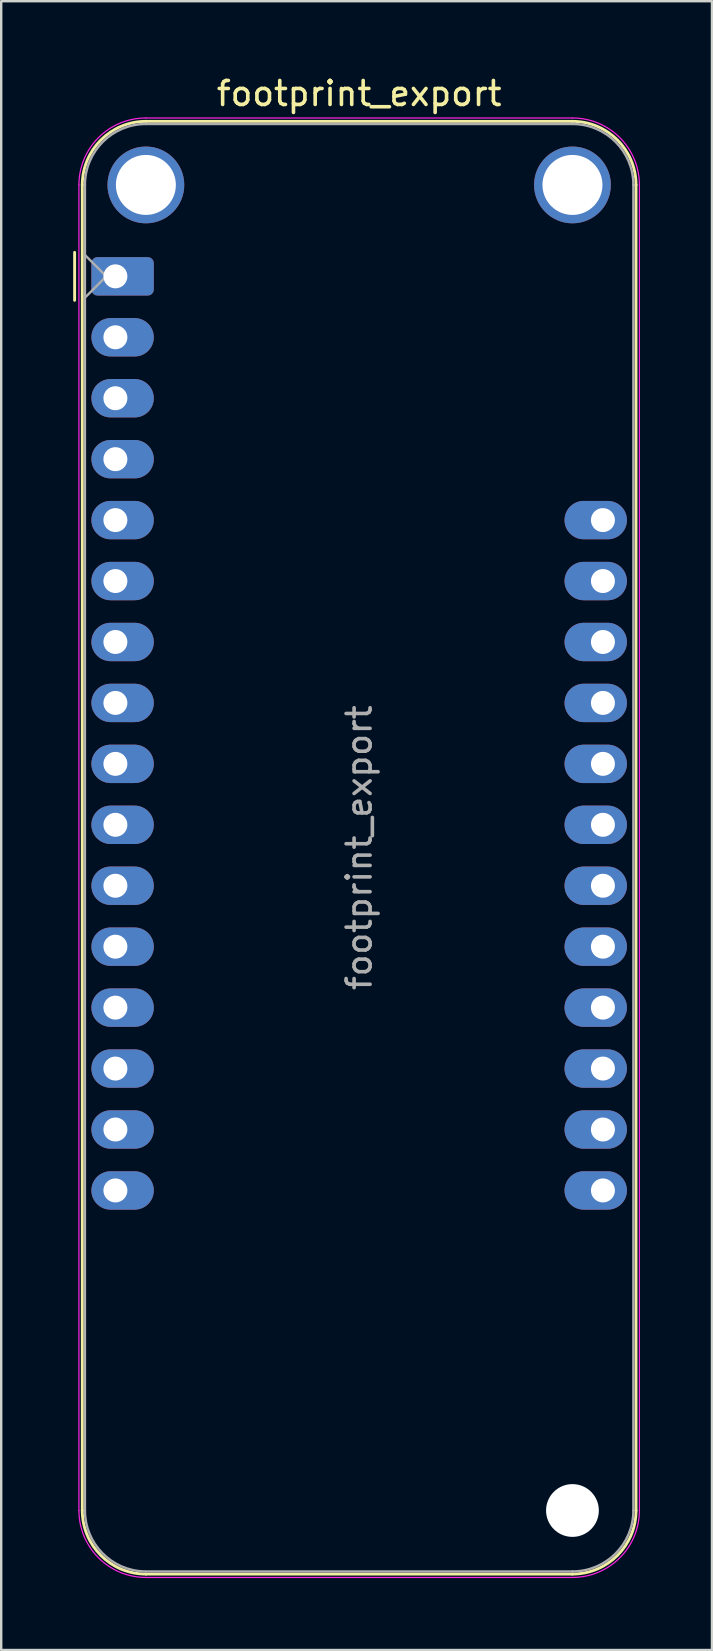
<source format=kicad_pcb>
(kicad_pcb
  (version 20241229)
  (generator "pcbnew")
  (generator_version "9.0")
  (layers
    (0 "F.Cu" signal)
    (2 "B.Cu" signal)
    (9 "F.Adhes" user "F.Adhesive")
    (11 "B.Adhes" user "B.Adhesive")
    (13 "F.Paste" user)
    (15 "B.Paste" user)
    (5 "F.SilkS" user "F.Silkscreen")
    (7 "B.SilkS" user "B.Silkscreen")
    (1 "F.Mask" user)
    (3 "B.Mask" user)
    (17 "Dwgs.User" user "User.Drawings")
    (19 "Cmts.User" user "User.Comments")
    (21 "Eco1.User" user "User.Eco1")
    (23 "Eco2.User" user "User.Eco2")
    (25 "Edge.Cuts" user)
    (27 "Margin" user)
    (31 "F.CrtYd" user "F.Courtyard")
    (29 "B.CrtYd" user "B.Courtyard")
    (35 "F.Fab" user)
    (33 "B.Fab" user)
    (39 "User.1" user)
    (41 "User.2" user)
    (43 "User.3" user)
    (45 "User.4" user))
  (footprint "footprint_export"
    (layer "F.Cu")
    (at 1.76 8.468)
    (property "Reference" "footprint_export" (at 10.16 -7.62 0) (layer "F.SilkS") (effects (font (size 1 1) (thickness 0.15))))
    (attr through_hole)
    (fp_line (start -1.7 1) (end -1.7 -1) (stroke (width 0.12) (type solid)) (layer "F.SilkS"))
    (fp_line (start -1.38 -3.81) (end -1.38 51.44) (stroke (width 0.12) (type solid)) (layer "F.SilkS"))
    (fp_line (start 19.05 -6.46) (end 1.27 -6.46) (stroke (width 0.12) (type solid)) (layer "F.SilkS"))
    (fp_line (start 19.05 54.09) (end 1.27 54.09) (stroke (width 0.12) (type solid)) (layer "F.SilkS"))
    (fp_line (start 21.7 -3.81) (end 21.7 51.44) (stroke (width 0.12) (type solid)) (layer "F.SilkS"))
    (fp_arc (start -1.38 -3.81) (mid -0.603833 -5.683833) (end 1.27 -6.46) (stroke (width 0.12) (type solid)) (layer "F.SilkS"))
    (fp_arc (start 1.27 54.09) (mid -0.603833 53.313833) (end -1.38 51.44) (stroke (width 0.12) (type solid)) (layer "F.SilkS"))
    (fp_arc (start 19.05 -6.46) (mid 20.923833 -5.683833) (end 21.7 -3.81) (stroke (width 0.12) (type solid)) (layer "F.SilkS"))
    (fp_arc (start 21.7 51.44) (mid 20.923833 53.313833) (end 19.05 54.09) (stroke (width 0.12) (type solid)) (layer "F.SilkS"))
    (fp_line (start -1.52 51.44) (end -1.52 -3.81) (stroke (width 0.05) (type solid)) (layer "F.CrtYd"))
    (fp_line (start 19.05 -6.6) (end 1.27 -6.6) (stroke (width 0.05) (type solid)) (layer "F.CrtYd"))
    (fp_line (start 19.05 54.23) (end 1.27 54.23) (stroke (width 0.05) (type solid)) (layer "F.CrtYd"))
    (fp_line (start 21.84 51.44) (end 21.84 -3.81) (stroke (width 0.05) (type solid)) (layer "F.CrtYd"))
    (fp_arc (start -1.52 -3.81) (mid -0.702828 -5.782828) (end 1.27 -6.6) (stroke (width 0.05) (type solid)) (layer "F.CrtYd"))
    (fp_arc (start 1.27 54.23) (mid -0.702828 53.412828) (end -1.52 51.44) (stroke (width 0.05) (type solid)) (layer "F.CrtYd"))
    (fp_arc (start 19.05 -6.6) (mid 21.022828 -5.782828) (end 21.84 -3.81) (stroke (width 0.05) (type solid)) (layer "F.CrtYd"))
    (fp_arc (start 21.84 51.44) (mid 21.022828 53.412828) (end 19.05 54.23) (stroke (width 0.05) (type solid)) (layer "F.CrtYd"))
    (fp_line (start -1.27 -3.81) (end -1.27 51.44) (stroke (width 0.1) (type solid)) (layer "F.Fab"))
    (fp_line (start -1.27 -0.889) (end -0.381 0) (stroke (width 0.1) (type solid)) (layer "F.Fab"))
    (fp_line (start -0.381 0) (end -1.27 0.889) (stroke (width 0.1) (type solid)) (layer "F.Fab"))
    (fp_line (start 1.27 53.98) (end 19.05 53.98) (stroke (width 0.1) (type solid)) (layer "F.Fab"))
    (fp_line (start 19.05 -6.35) (end 1.27 -6.35) (stroke (width 0.1) (type solid)) (layer "F.Fab"))
    (fp_line (start 21.59 51.44) (end 21.59 -3.81) (stroke (width 0.1) (type solid)) (layer "F.Fab"))
    (fp_arc (start -1.27 -3.81) (mid -0.526051 -5.606051) (end 1.27 -6.35) (stroke (width 0.1) (type solid)) (layer "F.Fab"))
    (fp_arc (start 1.221238 53.979532) (mid -0.543209 53.218728) (end -1.27 51.44) (stroke (width 0.1) (type solid)) (layer "F.Fab"))
    (fp_arc (start 19.05 -6.35) (mid 20.846051 -5.606051) (end 21.59 -3.81) (stroke (width 0.1) (type solid)) (layer "F.Fab"))
    (fp_arc (start 21.59 51.44) (mid 20.846051 53.236051) (end 19.05 53.98) (stroke (width 0.1) (type solid)) (layer "F.Fab"))
    (fp_text user "${REFERENCE}" (at 10.16 23.815 270) (layer "F.Fab") (effects (font (size 1 1) (thickness 0.15))))
    (pad "" np_thru_hole circle (at 1.27 -3.81 270) (size 3.2 3.2) (drill 2.5) (layers "*.Cu" "*.Mask"))
    (pad "" np_thru_hole circle (at 19.05 -3.81 270) (size 3.2 3.2) (drill 2.5) (layers "*.Cu" "*.Mask"))
    (pad "" np_thru_hole circle (at 19.05 51.44 270) (size 2.2 2.2) (drill 2.2) (layers "*.Cu" "*.Mask"))
    (pad "1" thru_hole roundrect (at 0 0) (size 2.6 1.6) (drill 1 (offset 0.3 0)) (layers "*.Cu" "*.Mask") (roundrect_rratio 0.156))
    (pad "2" thru_hole oval (at 0 2.54) (size 2.6 1.6) (drill 1 (offset 0.3 0)) (layers "*.Cu" "*.Mask"))
    (pad "3" thru_hole oval (at 0 5.08) (size 2.6 1.6) (drill 1 (offset 0.3 0)) (layers "*.Cu" "*.Mask"))
    (pad "4" thru_hole oval (at 0 7.62) (size 2.6 1.6) (drill 1 (offset 0.3 0)) (layers "*.Cu" "*.Mask"))
    (pad "5" thru_hole oval (at 0 10.16) (size 2.6 1.6) (drill 1 (offset 0.3 0)) (layers "*.Cu" "*.Mask"))
    (pad "6" thru_hole oval (at 0 12.7) (size 2.6 1.6) (drill 1 (offset 0.3 0)) (layers "*.Cu" "*.Mask"))
    (pad "7" thru_hole oval (at 0 15.24) (size 2.6 1.6) (drill 1 (offset 0.3 0)) (layers "*.Cu" "*.Mask"))
    (pad "8" thru_hole oval (at 0 17.78) (size 2.6 1.6) (drill 1 (offset 0.3 0)) (layers "*.Cu" "*.Mask"))
    (pad "9" thru_hole oval (at 0 20.32) (size 2.6 1.6) (drill 1 (offset 0.3 0)) (layers "*.Cu" "*.Mask"))
    (pad "10" thru_hole oval (at 0 22.86) (size 2.6 1.6) (drill 1 (offset 0.3 0)) (layers "*.Cu" "*.Mask"))
    (pad "11" thru_hole oval (at 0 25.4) (size 2.6 1.6) (drill 1 (offset 0.3 0)) (layers "*.Cu" "*.Mask"))
    (pad "12" thru_hole oval (at 0 27.94) (size 2.6 1.6) (drill 1 (offset 0.3 0)) (layers "*.Cu" "*.Mask"))
    (pad "13" thru_hole oval (at 0 30.48) (size 2.6 1.6) (drill 1 (offset 0.3 0)) (layers "*.Cu" "*.Mask"))
    (pad "14" thru_hole oval (at 0 33.02) (size 2.6 1.6) (drill 1 (offset 0.3 0)) (layers "*.Cu" "*.Mask"))
    (pad "15" thru_hole oval (at 0 35.56) (size 2.6 1.6) (drill 1 (offset 0.3 0)) (layers "*.Cu" "*.Mask"))
    (pad "16" thru_hole oval (at 0 38.1) (size 2.6 1.6) (drill 1 (offset 0.3 0)) (layers "*.Cu" "*.Mask"))
    (pad "17" thru_hole oval (at 20.32 38.1 180) (size 2.6 1.6) (drill 1 (offset 0.3 0)) (layers "*.Cu" "*.Mask"))
    (pad "18" thru_hole oval (at 20.32 35.56 180) (size 2.6 1.6) (drill 1 (offset 0.3 0)) (layers "*.Cu" "*.Mask"))
    (pad "19" thru_hole oval (at 20.32 33.02 180) (size 2.6 1.6) (drill 1 (offset 0.3 0)) (layers "*.Cu" "*.Mask"))
    (pad "20" thru_hole oval (at 20.32 30.48 180) (size 2.6 1.6) (drill 1 (offset 0.3 0)) (layers "*.Cu" "*.Mask"))
    (pad "21" thru_hole oval (at 20.32 27.94 180) (size 2.6 1.6) (drill 1 (offset 0.3 0)) (layers "*.Cu" "*.Mask"))
    (pad "22" thru_hole oval (at 20.32 25.4 180) (size 2.6 1.6) (drill 1 (offset 0.3 0)) (layers "*.Cu" "*.Mask"))
    (pad "23" thru_hole oval (at 20.32 22.86 180) (size 2.6 1.6) (drill 1 (offset 0.3 0)) (layers "*.Cu" "*.Mask"))
    (pad "24" thru_hole oval (at 20.32 20.32 180) (size 2.6 1.6) (drill 1 (offset 0.3 0)) (layers "*.Cu" "*.Mask"))
    (pad "25" thru_hole oval (at 20.32 17.78 180) (size 2.6 1.6) (drill 1 (offset 0.3 0)) (layers "*.Cu" "*.Mask"))
    (pad "26" thru_hole oval (at 20.32 15.24 180) (size 2.6 1.6) (drill 1 (offset 0.3 0)) (layers "*.Cu" "*.Mask"))
    (pad "27" thru_hole oval (at 20.32 12.7 180) (size 2.6 1.6) (drill 1 (offset 0.3 0)) (layers "*.Cu" "*.Mask"))
    (pad "28" thru_hole oval (at 20.32 10.16 180) (size 2.6 1.6) (drill 1 (offset 0.3 0)) (layers "*.Cu" "*.Mask")))
  (gr_rect
    (start -3 -3)
    (end 26.625 65.723)
    (stroke (width 0.1) (type default))
    (fill no)
    (layer "Edge.Cuts")))
</source>
